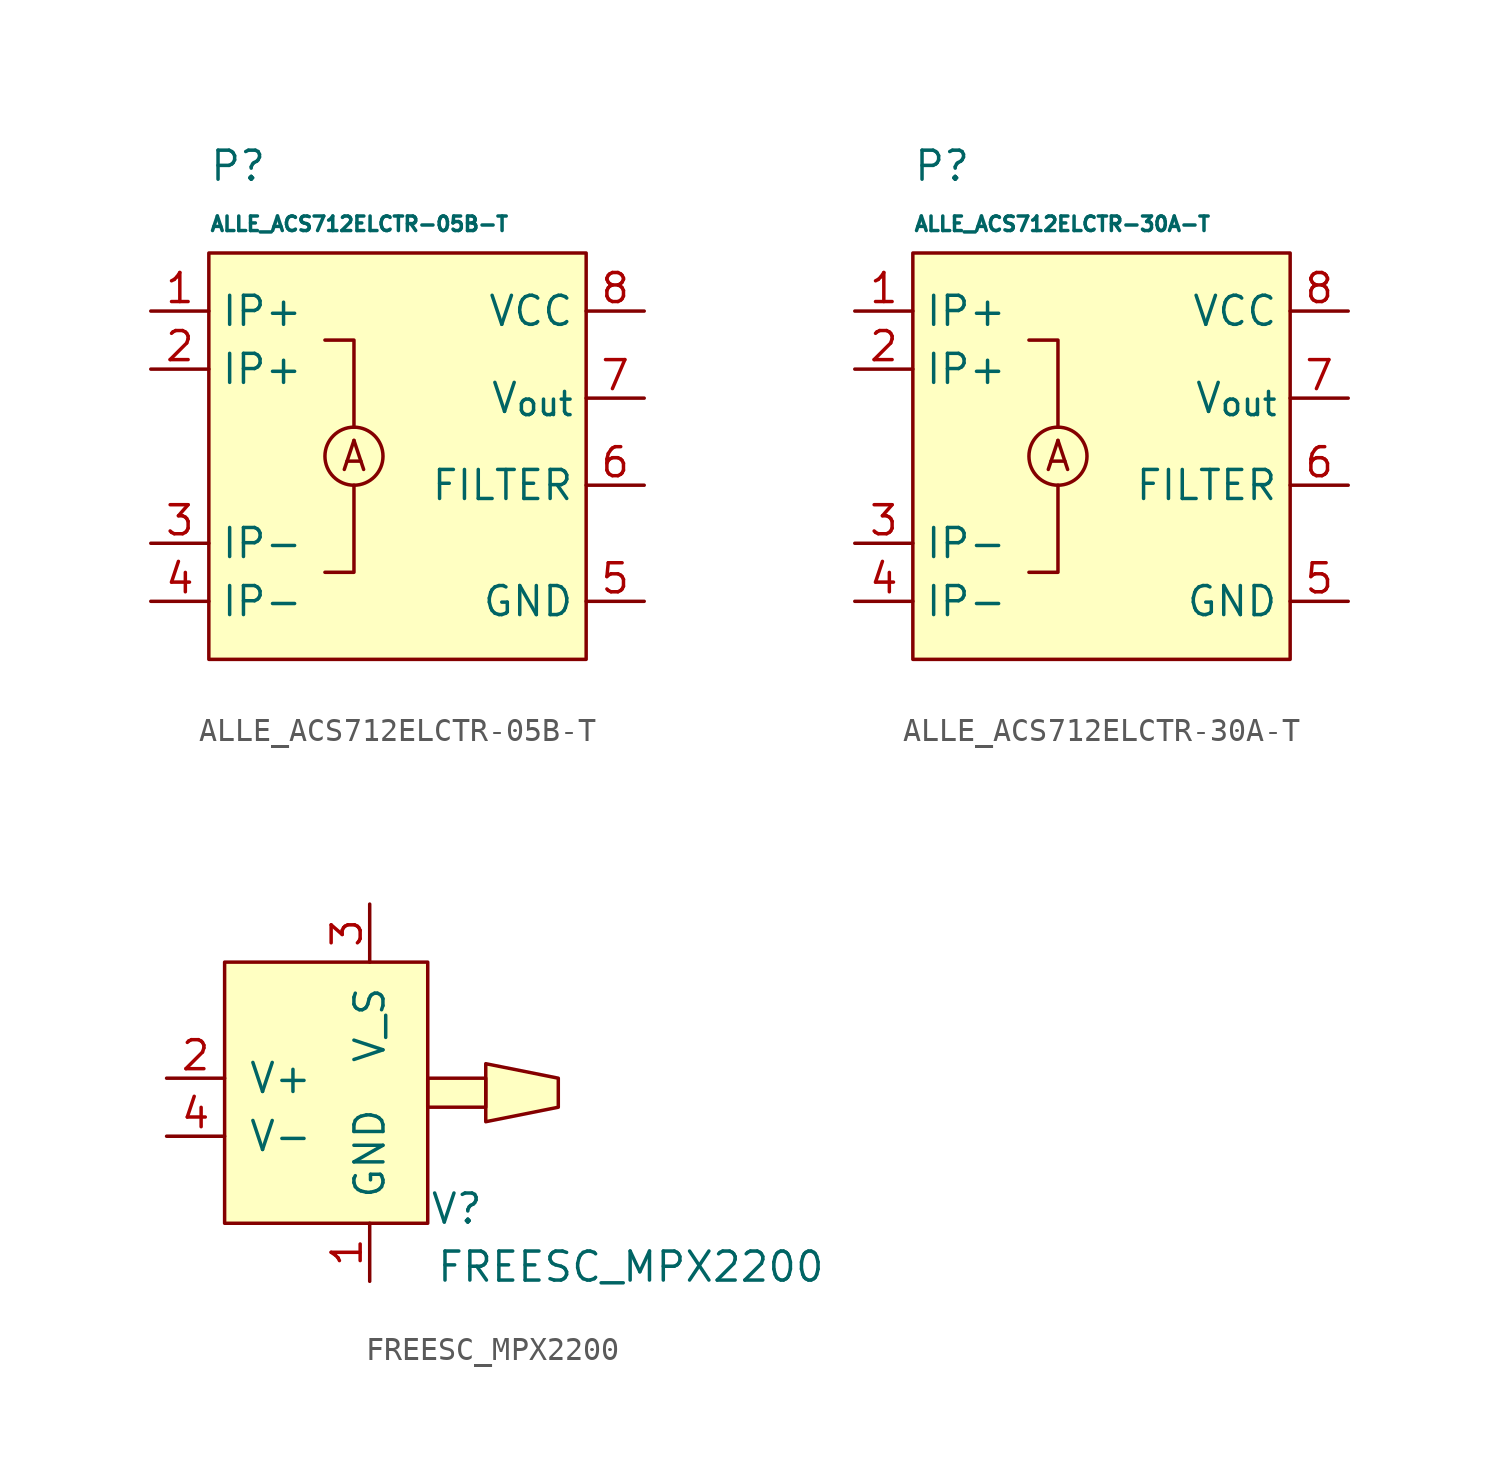
<source format=kicad_sym>
(kicad_symbol_lib
  (version 20220914)
  (generator kicad_symbol_editor)
  (symbol "ALLE_ACS712ELCTR-05B-T"
    (property "Reference" "P"
      (at 0 6.35 0)
      (effects (font (size 1.27 1.27)) (justify left)))
    (property "Value" "ALLE_ACS712ELCTR-05B-T"
      (at 0 3.81 0)
      (effects (font (size 0.635 0.635)) (justify left)))
    (symbol "ALLE_ACS712ELCTR-05B-T_0_1"
      (circle (center 6.35 -6.35) (radius 1.27) (stroke (width 0) (type default)) (fill (type none))))
    (symbol "ALLE_ACS712ELCTR-05B-T_1_1"
      (polyline (pts (xy 5.08 -11.43) (xy 6.35 -11.43) (xy 6.35 -7.62)) (stroke (width 0) (type default)) (fill (type none)))
      (polyline (pts (xy 6.35 -5.08) (xy 6.35 -1.27) (xy 5.08 -1.27)) (stroke (width 0) (type default)) (fill (type none)))
      (rectangle (start 0 2.54) (end 16.51 -15.24) (stroke (width 0) (type default)) (fill (type background)))
      (text "A" (at 6.35 -6.35 0) (effects (font (size 1.27 1.27))))
      (pin input line (at -2.54 0 0) (length 2.54) (name "IP+" (effects (font (size 1.27 1.27)))) (number "1" (effects (font (size 1.27 1.27)))))
      (pin input line (at -2.54 -2.54 0) (length 2.54) (name "IP+" (effects (font (size 1.27 1.27)))) (number "2" (effects (font (size 1.27 1.27)))))
      (pin output line (at -2.54 -10.16 0) (length 2.54) (name "IP-" (effects (font (size 1.27 1.27)))) (number "3" (effects (font (size 1.27 1.27)))))
      (pin output line (at -2.54 -12.7 0) (length 2.54) (name "IP-" (effects (font (size 1.27 1.27)))) (number "4" (effects (font (size 1.27 1.27)))))
      (pin power_out line (at 19.05 -12.7 180) (length 2.54) (name "GND" (effects (font (size 1.27 1.27)))) (number "5" (effects (font (size 1.27 1.27)))))
      (pin passive line (at 19.05 -7.62 180) (length 2.54) (name "FILTER" (effects (font (size 1.27 1.27)))) (number "6" (effects (font (size 1.27 1.27)))))
      (pin passive line (at 19.05 -3.81 180) (length 2.54) (name "V_{out}" (effects (font (size 1.27 1.27)))) (number "7" (effects (font (size 1.27 1.27)))))
      (pin power_in line (at 19.05 0 180) (length 2.54) (name "VCC" (effects (font (size 1.27 1.27)))) (number "8" (effects (font (size 1.27 1.27)))))))
  (symbol "ALLE_ACS712ELCTR-30A-T"
    (property "Reference" "P"
      (at 0 6.35 0)
      (effects (font (size 1.27 1.27)) (justify left)))
    (property "Value" "ALLE_ACS712ELCTR-30A-T"
      (at 0 3.81 0)
      (effects (font (size 0.635 0.635)) (justify left)))
    (symbol "ALLE_ACS712ELCTR-30A-T_0_1"
      (circle (center 6.35 -6.35) (radius 1.27) (stroke (width 0) (type default)) (fill (type none))))
    (symbol "ALLE_ACS712ELCTR-30A-T_1_1"
      (polyline (pts (xy 5.08 -11.43) (xy 6.35 -11.43) (xy 6.35 -7.62)) (stroke (width 0) (type default)) (fill (type none)))
      (polyline (pts (xy 6.35 -5.08) (xy 6.35 -1.27) (xy 5.08 -1.27)) (stroke (width 0) (type default)) (fill (type none)))
      (rectangle (start 0 2.54) (end 16.51 -15.24) (stroke (width 0) (type default)) (fill (type background)))
      (text "A" (at 6.35 -6.35 0) (effects (font (size 1.27 1.27))))
      (pin input line (at -2.54 0 0) (length 2.54) (name "IP+" (effects (font (size 1.27 1.27)))) (number "1" (effects (font (size 1.27 1.27)))))
      (pin input line (at -2.54 -2.54 0) (length 2.54) (name "IP+" (effects (font (size 1.27 1.27)))) (number "2" (effects (font (size 1.27 1.27)))))
      (pin output line (at -2.54 -10.16 0) (length 2.54) (name "IP-" (effects (font (size 1.27 1.27)))) (number "3" (effects (font (size 1.27 1.27)))))
      (pin output line (at -2.54 -12.7 0) (length 2.54) (name "IP-" (effects (font (size 1.27 1.27)))) (number "4" (effects (font (size 1.27 1.27)))))
      (pin power_out line (at 19.05 -12.7 180) (length 2.54) (name "GND" (effects (font (size 1.27 1.27)))) (number "5" (effects (font (size 1.27 1.27)))))
      (pin passive line (at 19.05 -7.62 180) (length 2.54) (name "FILTER" (effects (font (size 1.27 1.27)))) (number "6" (effects (font (size 1.27 1.27)))))
      (pin passive line (at 19.05 -3.81 180) (length 2.54) (name "V_{out}" (effects (font (size 1.27 1.27)))) (number "7" (effects (font (size 1.27 1.27)))))
      (pin power_in line (at 19.05 0 180) (length 2.54) (name "VCC" (effects (font (size 1.27 1.27)))) (number "8" (effects (font (size 1.27 1.27)))))))
  (symbol "FREESC_MPX2200"
    (pin_names
      (offset 1.016))
    (property "Reference" "V"
      (at 3.81 0.635 0)
      (effects (font (size 1.27 1.27))))
    (property "Value" "FREESC_MPX2200"
      (at 11.43 -1.905 0)
      (effects (font (size 1.27 1.27))))
    (symbol "FREESC_MPX2200_0_1"
      (rectangle (start -6.35 0) (end 2.54 11.43) (stroke (width 0) (type default)) (fill (type background)))
      (polyline (pts (xy 5.08 6.985) (xy 5.08 4.445) (xy 8.255 5.08) (xy 8.255 6.35) (xy 5.08 6.985)) (stroke (width 0) (type default)) (fill (type background)))
      (rectangle (start 2.54 6.35) (end 5.08 5.08) (stroke (width 0) (type default)) (fill (type background))))
    (symbol "FREESC_MPX2200_1_1"
      (pin power_in line (at 0 -2.54 90) (length 2.54) (name "GND" (effects (font (size 1.27 1.27)))) (number "1" (effects (font (size 1.27 1.27)))))
      (pin output line (at -8.89 6.35 0) (length 2.54) (name "V+" (effects (font (size 1.27 1.27)))) (number "2" (effects (font (size 1.27 1.27)))))
      (pin power_in line (at 0 13.97 270) (length 2.54) (name "V_S" (effects (font (size 1.27 1.27)))) (number "3" (effects (font (size 1.27 1.27)))))
      (pin output line (at -8.89 3.81 0) (length 2.54) (name "V-" (effects (font (size 1.27 1.27)))) (number "4" (effects (font (size 1.27 1.27))))))))
</source>
